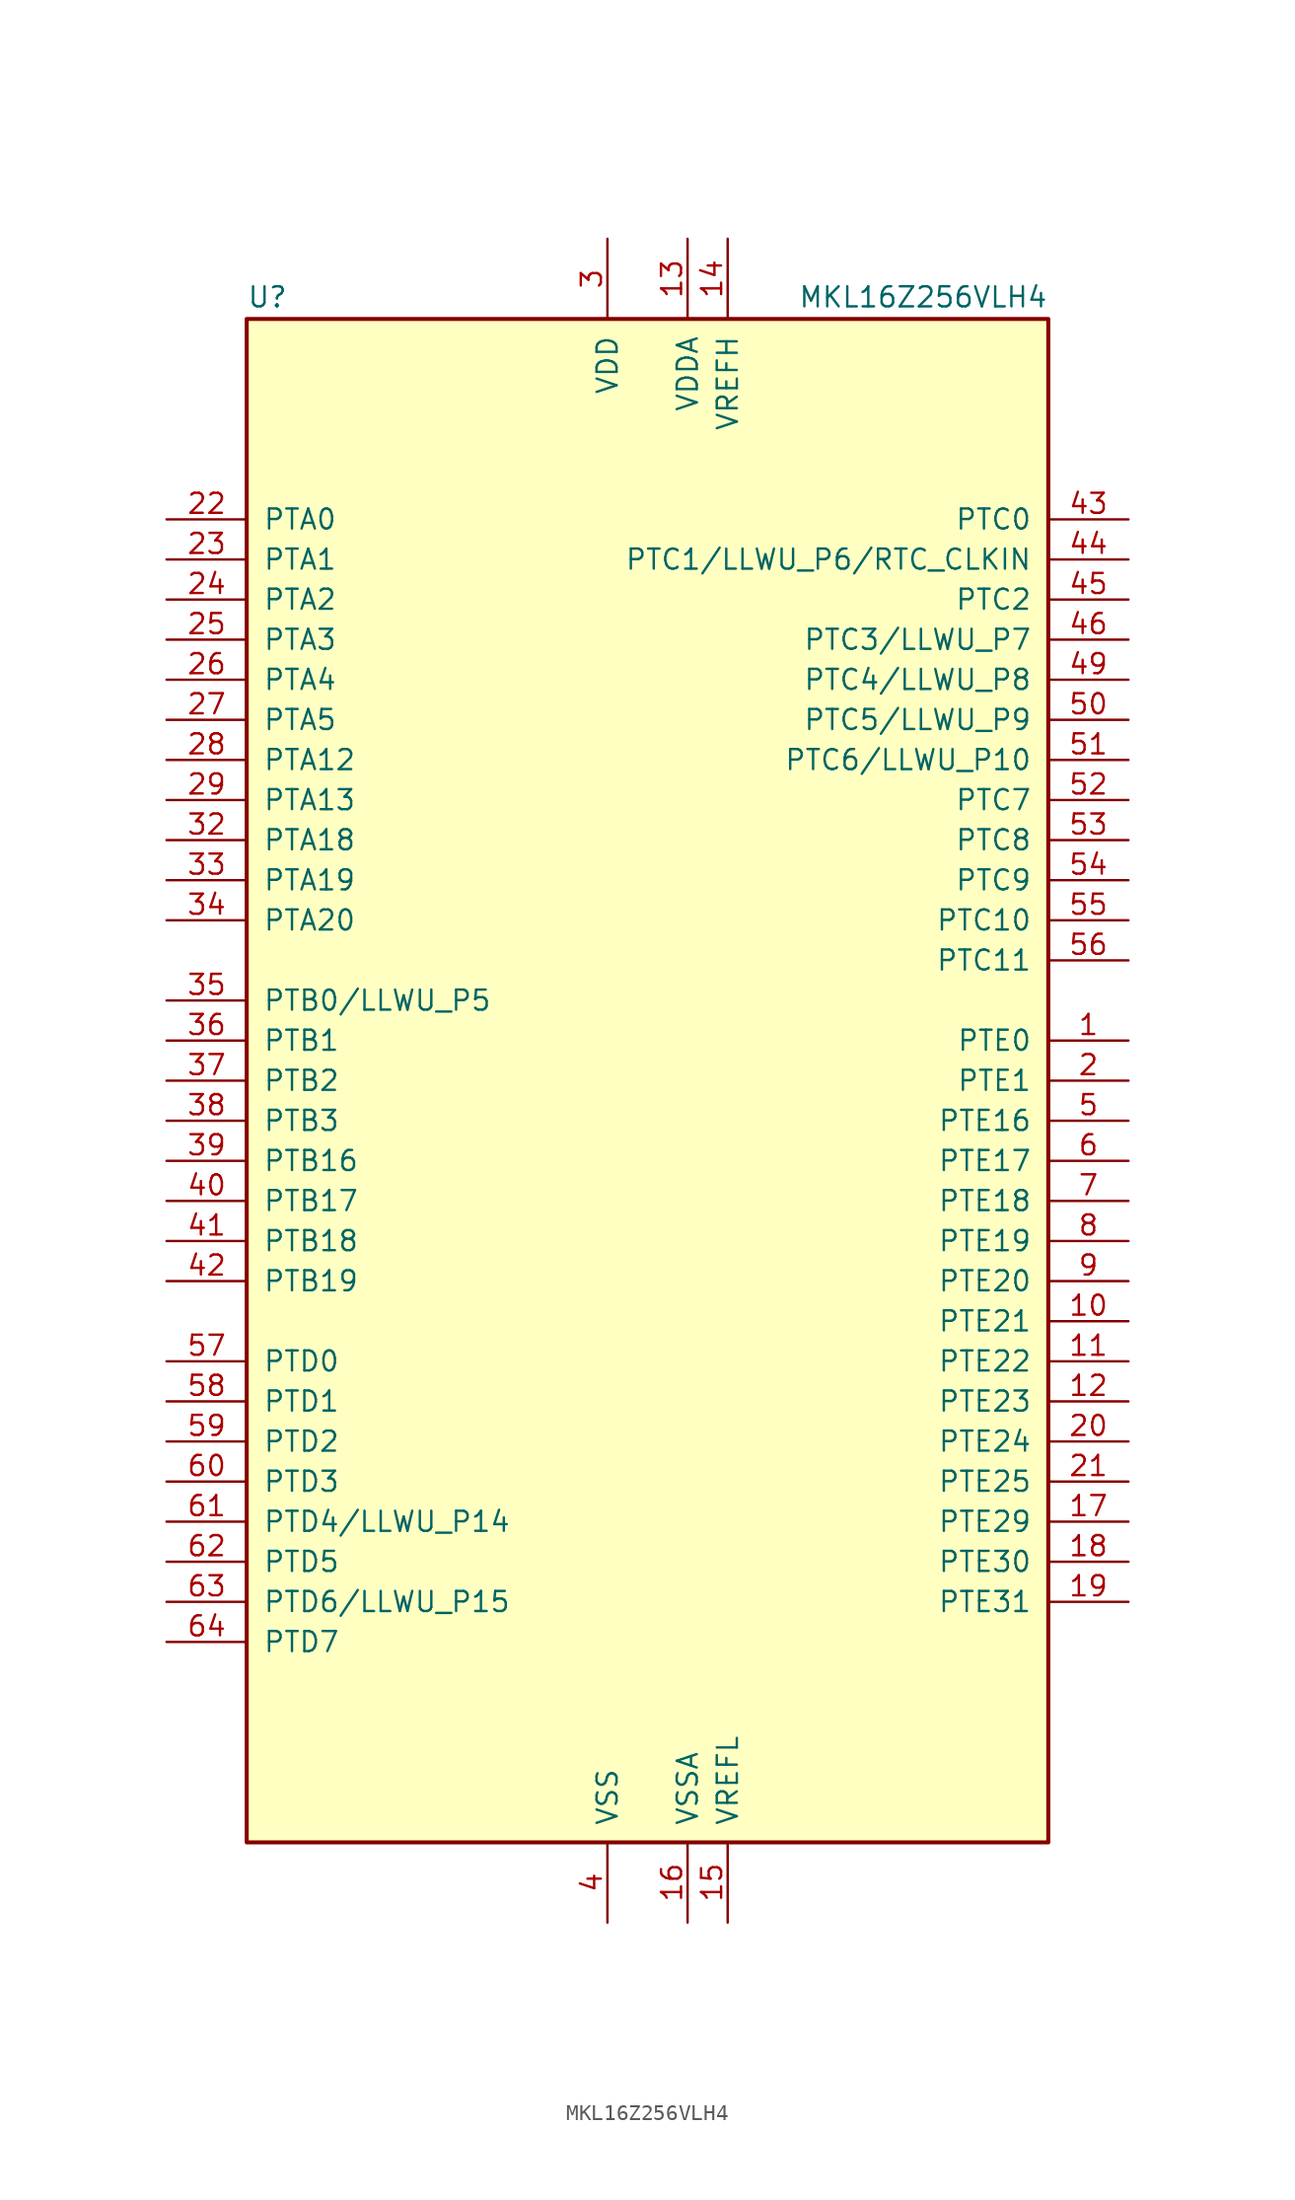
<source format=kicad_sym>
(kicad_symbol_lib
  (version 20241209)
  (generator "kicad_symbol_editor")
  (generator_version "9.0")
  (symbol "MKL16Z256VLH4"
    (pin_names
      (offset 1.016))
    (property "Reference" "U"
      (at -25.4 48.895 0)
      (effects (font (size 1.27 1.27)) (justify left bottom)))
    (property "Value" "MKL16Z256VLH4"
      (at 25.4 48.895 0)
      (effects (font (size 1.27 1.27)) (justify right bottom)))
    (symbol "MKL16Z256VLH4_0_1"
      (rectangle (start -25.4 48.26) (end 25.4 -48.26) (stroke (width 0.254) (type default)) (fill (type background))))
    (symbol "MKL16Z256VLH4_1_1"
      (pin bidirectional line (at -30.48 35.56 0) (length 5.08) (name "PTA0" (effects (font (size 1.27 1.27)))) (number "22" (effects (font (size 1.27 1.27)))))
      (pin bidirectional line (at -30.48 33.02 0) (length 5.08) (name "PTA1" (effects (font (size 1.27 1.27)))) (number "23" (effects (font (size 1.27 1.27)))))
      (pin bidirectional line (at -30.48 30.48 0) (length 5.08) (name "PTA2" (effects (font (size 1.27 1.27)))) (number "24" (effects (font (size 1.27 1.27)))))
      (pin bidirectional line (at -30.48 27.94 0) (length 5.08) (name "PTA3" (effects (font (size 1.27 1.27)))) (number "25" (effects (font (size 1.27 1.27)))))
      (pin bidirectional line (at -30.48 25.4 0) (length 5.08) (name "PTA4" (effects (font (size 1.27 1.27)))) (number "26" (effects (font (size 1.27 1.27)))))
      (pin bidirectional line (at -30.48 22.86 0) (length 5.08) (name "PTA5" (effects (font (size 1.27 1.27)))) (number "27" (effects (font (size 1.27 1.27)))))
      (pin bidirectional line (at -30.48 20.32 0) (length 5.08) (name "PTA12" (effects (font (size 1.27 1.27)))) (number "28" (effects (font (size 1.27 1.27)))))
      (pin bidirectional line (at -30.48 17.78 0) (length 5.08) (name "PTA13" (effects (font (size 1.27 1.27)))) (number "29" (effects (font (size 1.27 1.27)))))
      (pin bidirectional line (at -30.48 15.24 0) (length 5.08) (name "PTA18" (effects (font (size 1.27 1.27)))) (number "32" (effects (font (size 1.27 1.27)))))
      (pin bidirectional line (at -30.48 12.7 0) (length 5.08) (name "PTA19" (effects (font (size 1.27 1.27)))) (number "33" (effects (font (size 1.27 1.27)))))
      (pin bidirectional line (at -30.48 10.16 0) (length 5.08) (name "PTA20" (effects (font (size 1.27 1.27)))) (number "34" (effects (font (size 1.27 1.27)))))
      (pin bidirectional line (at -30.48 5.08 0) (length 5.08) (name "PTB0/LLWU_P5" (effects (font (size 1.27 1.27)))) (number "35" (effects (font (size 1.27 1.27)))))
      (pin bidirectional line (at -30.48 2.54 0) (length 5.08) (name "PTB1" (effects (font (size 1.27 1.27)))) (number "36" (effects (font (size 1.27 1.27)))))
      (pin bidirectional line (at -30.48 0 0) (length 5.08) (name "PTB2" (effects (font (size 1.27 1.27)))) (number "37" (effects (font (size 1.27 1.27)))))
      (pin bidirectional line (at -30.48 -2.54 0) (length 5.08) (name "PTB3" (effects (font (size 1.27 1.27)))) (number "38" (effects (font (size 1.27 1.27)))))
      (pin bidirectional line (at -30.48 -5.08 0) (length 5.08) (name "PTB16" (effects (font (size 1.27 1.27)))) (number "39" (effects (font (size 1.27 1.27)))))
      (pin bidirectional line (at -30.48 -7.62 0) (length 5.08) (name "PTB17" (effects (font (size 1.27 1.27)))) (number "40" (effects (font (size 1.27 1.27)))))
      (pin bidirectional line (at -30.48 -10.16 0) (length 5.08) (name "PTB18" (effects (font (size 1.27 1.27)))) (number "41" (effects (font (size 1.27 1.27)))))
      (pin bidirectional line (at -30.48 -12.7 0) (length 5.08) (name "PTB19" (effects (font (size 1.27 1.27)))) (number "42" (effects (font (size 1.27 1.27)))))
      (pin bidirectional line (at -30.48 -17.78 0) (length 5.08) (name "PTD0" (effects (font (size 1.27 1.27)))) (number "57" (effects (font (size 1.27 1.27)))))
      (pin bidirectional line (at -30.48 -20.32 0) (length 5.08) (name "PTD1" (effects (font (size 1.27 1.27)))) (number "58" (effects (font (size 1.27 1.27)))))
      (pin bidirectional line (at -30.48 -22.86 0) (length 5.08) (name "PTD2" (effects (font (size 1.27 1.27)))) (number "59" (effects (font (size 1.27 1.27)))))
      (pin bidirectional line (at -30.48 -25.4 0) (length 5.08) (name "PTD3" (effects (font (size 1.27 1.27)))) (number "60" (effects (font (size 1.27 1.27)))))
      (pin bidirectional line (at -30.48 -27.94 0) (length 5.08) (name "PTD4/LLWU_P14" (effects (font (size 1.27 1.27)))) (number "61" (effects (font (size 1.27 1.27)))))
      (pin bidirectional line (at -30.48 -30.48 0) (length 5.08) (name "PTD5" (effects (font (size 1.27 1.27)))) (number "62" (effects (font (size 1.27 1.27)))))
      (pin bidirectional line (at -30.48 -33.02 0) (length 5.08) (name "PTD6/LLWU_P15" (effects (font (size 1.27 1.27)))) (number "63" (effects (font (size 1.27 1.27)))))
      (pin bidirectional line (at -30.48 -35.56 0) (length 5.08) (name "PTD7" (effects (font (size 1.27 1.27)))) (number "64" (effects (font (size 1.27 1.27)))))
      (pin power_in line (at -2.54 53.34 270) (length 5.08) (name "VDD" (effects (font (size 1.27 1.27)))) (number "3" (effects (font (size 1.27 1.27)))))
      (pin passive line (at -2.54 53.34 270) (length 5.08) (hide yes) (name "VDD" (effects (font (size 1.27 1.27)))) (number "30" (effects (font (size 1.27 1.27)))))
      (pin passive line (at -2.54 53.34 270) (length 5.08) (hide yes) (name "VDD" (effects (font (size 1.27 1.27)))) (number "48" (effects (font (size 1.27 1.27)))))
      (pin passive line (at -2.54 -53.34 90) (length 5.08) (hide yes) (name "VSS" (effects (font (size 1.27 1.27)))) (number "31" (effects (font (size 1.27 1.27)))))
      (pin power_in line (at -2.54 -53.34 90) (length 5.08) (name "VSS" (effects (font (size 1.27 1.27)))) (number "4" (effects (font (size 1.27 1.27)))))
      (pin passive line (at -2.54 -53.34 90) (length 5.08) (hide yes) (name "VSS" (effects (font (size 1.27 1.27)))) (number "47" (effects (font (size 1.27 1.27)))))
      (pin power_in line (at 2.54 53.34 270) (length 5.08) (name "VDDA" (effects (font (size 1.27 1.27)))) (number "13" (effects (font (size 1.27 1.27)))))
      (pin power_in line (at 2.54 -53.34 90) (length 5.08) (name "VSSA" (effects (font (size 1.27 1.27)))) (number "16" (effects (font (size 1.27 1.27)))))
      (pin power_in line (at 5.08 53.34 270) (length 5.08) (name "VREFH" (effects (font (size 1.27 1.27)))) (number "14" (effects (font (size 1.27 1.27)))))
      (pin power_in line (at 5.08 -53.34 90) (length 5.08) (name "VREFL" (effects (font (size 1.27 1.27)))) (number "15" (effects (font (size 1.27 1.27)))))
      (pin bidirectional line (at 30.48 35.56 180) (length 5.08) (name "PTC0" (effects (font (size 1.27 1.27)))) (number "43" (effects (font (size 1.27 1.27)))))
      (pin bidirectional line (at 30.48 33.02 180) (length 5.08) (name "PTC1/LLWU_P6/RTC_CLKIN" (effects (font (size 1.27 1.27)))) (number "44" (effects (font (size 1.27 1.27)))))
      (pin bidirectional line (at 30.48 30.48 180) (length 5.08) (name "PTC2" (effects (font (size 1.27 1.27)))) (number "45" (effects (font (size 1.27 1.27)))))
      (pin bidirectional line (at 30.48 27.94 180) (length 5.08) (name "PTC3/LLWU_P7" (effects (font (size 1.27 1.27)))) (number "46" (effects (font (size 1.27 1.27)))))
      (pin bidirectional line (at 30.48 25.4 180) (length 5.08) (name "PTC4/LLWU_P8" (effects (font (size 1.27 1.27)))) (number "49" (effects (font (size 1.27 1.27)))))
      (pin bidirectional line (at 30.48 22.86 180) (length 5.08) (name "PTC5/LLWU_P9" (effects (font (size 1.27 1.27)))) (number "50" (effects (font (size 1.27 1.27)))))
      (pin bidirectional line (at 30.48 20.32 180) (length 5.08) (name "PTC6/LLWU_P10" (effects (font (size 1.27 1.27)))) (number "51" (effects (font (size 1.27 1.27)))))
      (pin bidirectional line (at 30.48 17.78 180) (length 5.08) (name "PTC7" (effects (font (size 1.27 1.27)))) (number "52" (effects (font (size 1.27 1.27)))))
      (pin bidirectional line (at 30.48 15.24 180) (length 5.08) (name "PTC8" (effects (font (size 1.27 1.27)))) (number "53" (effects (font (size 1.27 1.27)))))
      (pin bidirectional line (at 30.48 12.7 180) (length 5.08) (name "PTC9" (effects (font (size 1.27 1.27)))) (number "54" (effects (font (size 1.27 1.27)))))
      (pin bidirectional line (at 30.48 10.16 180) (length 5.08) (name "PTC10" (effects (font (size 1.27 1.27)))) (number "55" (effects (font (size 1.27 1.27)))))
      (pin bidirectional line (at 30.48 7.62 180) (length 5.08) (name "PTC11" (effects (font (size 1.27 1.27)))) (number "56" (effects (font (size 1.27 1.27)))))
      (pin bidirectional line (at 30.48 2.54 180) (length 5.08) (name "PTE0" (effects (font (size 1.27 1.27)))) (number "1" (effects (font (size 1.27 1.27)))))
      (pin bidirectional line (at 30.48 0 180) (length 5.08) (name "PTE1" (effects (font (size 1.27 1.27)))) (number "2" (effects (font (size 1.27 1.27)))))
      (pin bidirectional line (at 30.48 -2.54 180) (length 5.08) (name "PTE16" (effects (font (size 1.27 1.27)))) (number "5" (effects (font (size 1.27 1.27)))))
      (pin bidirectional line (at 30.48 -5.08 180) (length 5.08) (name "PTE17" (effects (font (size 1.27 1.27)))) (number "6" (effects (font (size 1.27 1.27)))))
      (pin bidirectional line (at 30.48 -7.62 180) (length 5.08) (name "PTE18" (effects (font (size 1.27 1.27)))) (number "7" (effects (font (size 1.27 1.27)))))
      (pin bidirectional line (at 30.48 -10.16 180) (length 5.08) (name "PTE19" (effects (font (size 1.27 1.27)))) (number "8" (effects (font (size 1.27 1.27)))))
      (pin bidirectional line (at 30.48 -12.7 180) (length 5.08) (name "PTE20" (effects (font (size 1.27 1.27)))) (number "9" (effects (font (size 1.27 1.27)))))
      (pin bidirectional line (at 30.48 -15.24 180) (length 5.08) (name "PTE21" (effects (font (size 1.27 1.27)))) (number "10" (effects (font (size 1.27 1.27)))))
      (pin bidirectional line (at 30.48 -17.78 180) (length 5.08) (name "PTE22" (effects (font (size 1.27 1.27)))) (number "11" (effects (font (size 1.27 1.27)))))
      (pin bidirectional line (at 30.48 -20.32 180) (length 5.08) (name "PTE23" (effects (font (size 1.27 1.27)))) (number "12" (effects (font (size 1.27 1.27)))))
      (pin bidirectional line (at 30.48 -22.86 180) (length 5.08) (name "PTE24" (effects (font (size 1.27 1.27)))) (number "20" (effects (font (size 1.27 1.27)))))
      (pin bidirectional line (at 30.48 -25.4 180) (length 5.08) (name "PTE25" (effects (font (size 1.27 1.27)))) (number "21" (effects (font (size 1.27 1.27)))))
      (pin bidirectional line (at 30.48 -27.94 180) (length 5.08) (name "PTE29" (effects (font (size 1.27 1.27)))) (number "17" (effects (font (size 1.27 1.27)))))
      (pin bidirectional line (at 30.48 -30.48 180) (length 5.08) (name "PTE30" (effects (font (size 1.27 1.27)))) (number "18" (effects (font (size 1.27 1.27)))))
      (pin bidirectional line (at 30.48 -33.02 180) (length 5.08) (name "PTE31" (effects (font (size 1.27 1.27)))) (number "19" (effects (font (size 1.27 1.27))))))))
</source>
